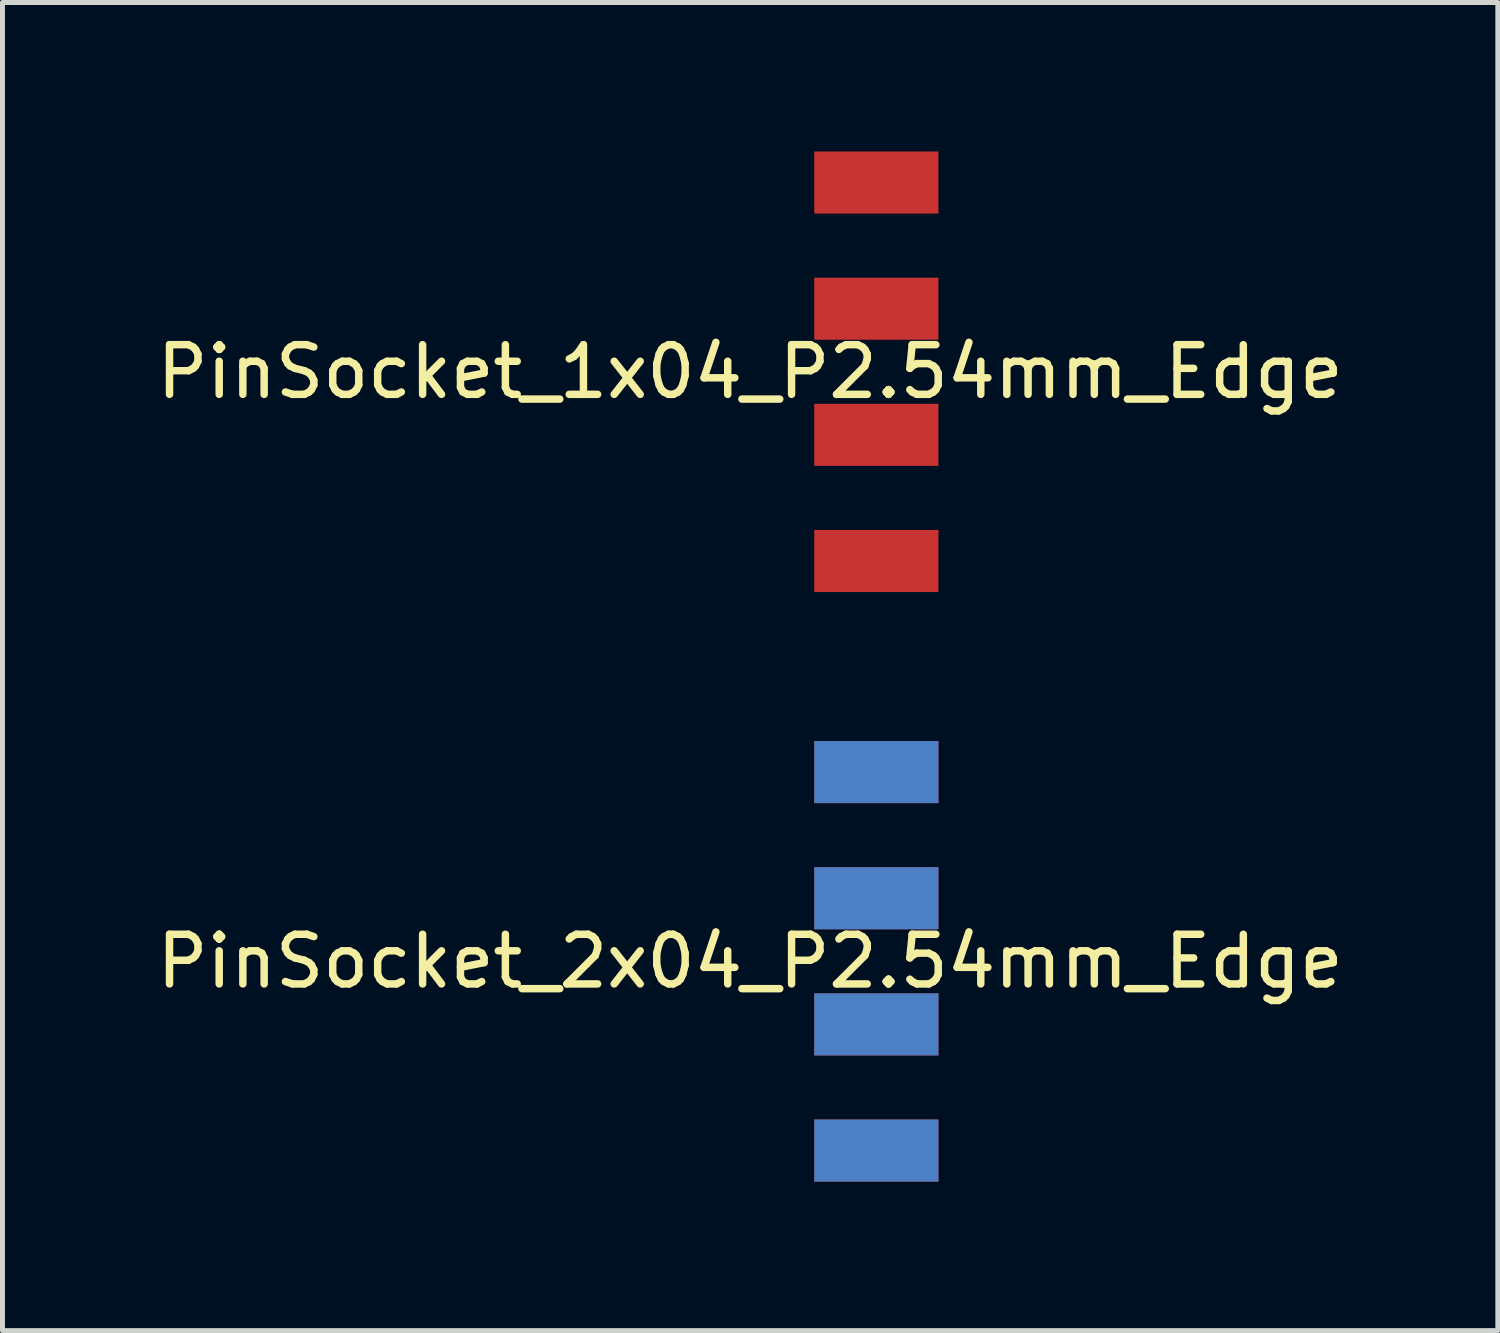
<source format=kicad_pcb>
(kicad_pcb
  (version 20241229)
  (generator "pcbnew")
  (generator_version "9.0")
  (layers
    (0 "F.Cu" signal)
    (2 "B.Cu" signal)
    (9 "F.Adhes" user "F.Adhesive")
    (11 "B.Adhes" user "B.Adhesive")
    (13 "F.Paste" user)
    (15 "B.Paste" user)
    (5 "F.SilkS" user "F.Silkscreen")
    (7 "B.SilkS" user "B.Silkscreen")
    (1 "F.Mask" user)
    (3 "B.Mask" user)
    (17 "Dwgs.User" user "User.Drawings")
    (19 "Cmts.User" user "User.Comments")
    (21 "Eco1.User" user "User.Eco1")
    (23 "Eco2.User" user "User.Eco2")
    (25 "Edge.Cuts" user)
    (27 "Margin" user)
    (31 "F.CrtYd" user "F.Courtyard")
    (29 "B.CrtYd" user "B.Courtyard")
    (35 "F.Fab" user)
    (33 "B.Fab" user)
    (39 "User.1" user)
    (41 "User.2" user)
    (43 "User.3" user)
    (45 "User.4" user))
  (footprint "PinSocket_2x04_P2.54mm_Edge"
    (layer "F.Cu")
    (at 14.594 16.305)
    (property "Reference" "PinSocket_2x04_P2.54mm_Edge" (at -2.54 0 0) (layer "F.SilkS") (effects (font (size 1 1) (thickness 0.15))))
    (attr through_hole)
    (pad "1" smd rect (at 0 -3.81) (size 2.5 1.25) (layers "F.Cu" "F.Mask"))
    (pad "2" smd rect (at 0 -1.27) (size 2.5 1.25) (layers "F.Cu" "F.Mask"))
    (pad "3" smd rect (at 0 1.27) (size 2.5 1.25) (layers "F.Cu" "F.Mask"))
    (pad "4" smd rect (at 0 3.81) (size 2.5 1.25) (layers "F.Cu" "F.Mask"))
    (pad "5" smd rect (at 0 -3.81) (size 2.5 1.25) (layers "B.Cu" "B.Mask"))
    (pad "6" smd rect (at 0 -1.27) (size 2.5 1.25) (layers "B.Cu" "B.Mask"))
    (pad "7" smd rect (at 0 1.27) (size 2.5 1.25) (layers "B.Cu" "B.Mask"))
    (pad "8" smd rect (at 0 3.81) (size 2.5 1.25) (layers "B.Cu" "B.Mask")))
  (footprint "PinSocket_1x04_P2.54mm_Edge"
    (layer "F.Cu")
    (at 14.594 4.435)
    (property "Reference" "PinSocket_1x04_P2.54mm_Edge" (at -2.54 0 0) (layer "F.SilkS") (effects (font (size 1 1) (thickness 0.15))))
    (attr through_hole)
    (pad "1" smd rect (at 0 -3.81) (size 2.5 1.25) (layers "F.Cu" "F.Mask"))
    (pad "2" smd rect (at 0 -1.27) (size 2.5 1.25) (layers "F.Cu" "F.Mask"))
    (pad "3" smd rect (at 0 1.27) (size 2.5 1.25) (layers "F.Cu" "F.Mask"))
    (pad "4" smd rect (at 0 3.81) (size 2.5 1.25) (layers "F.Cu" "F.Mask")))
  (gr_rect
    (start -3 -3)
    (end 27.107 23.74)
    (stroke (width 0.1) (type default))
    (fill no)
    (layer "Edge.Cuts")))
</source>
